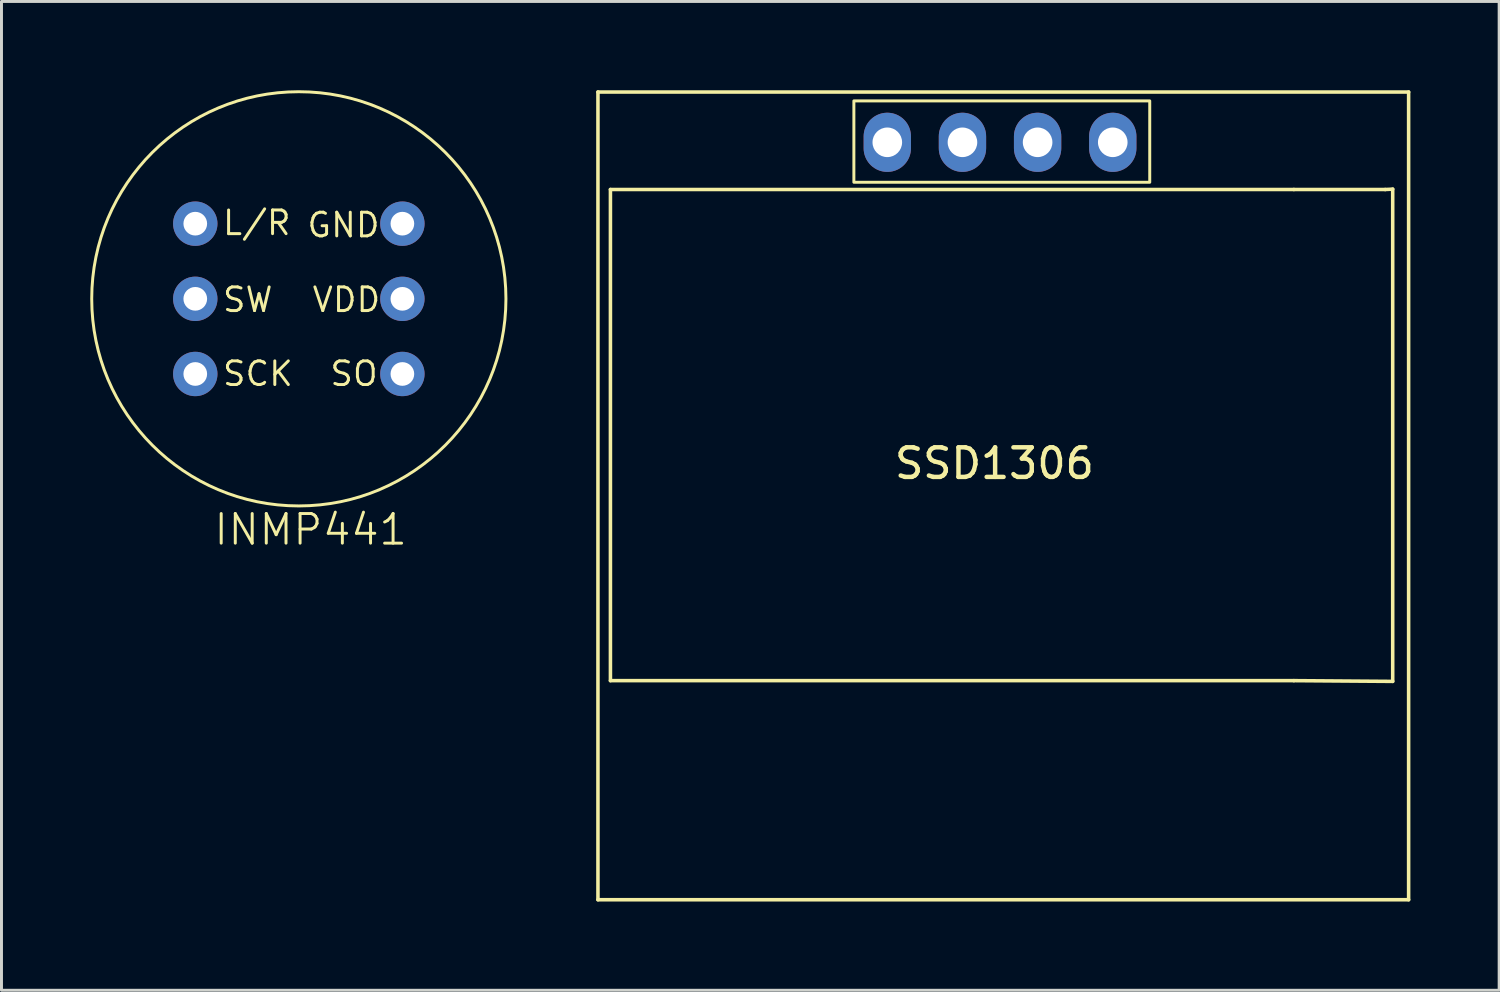
<source format=kicad_pcb>
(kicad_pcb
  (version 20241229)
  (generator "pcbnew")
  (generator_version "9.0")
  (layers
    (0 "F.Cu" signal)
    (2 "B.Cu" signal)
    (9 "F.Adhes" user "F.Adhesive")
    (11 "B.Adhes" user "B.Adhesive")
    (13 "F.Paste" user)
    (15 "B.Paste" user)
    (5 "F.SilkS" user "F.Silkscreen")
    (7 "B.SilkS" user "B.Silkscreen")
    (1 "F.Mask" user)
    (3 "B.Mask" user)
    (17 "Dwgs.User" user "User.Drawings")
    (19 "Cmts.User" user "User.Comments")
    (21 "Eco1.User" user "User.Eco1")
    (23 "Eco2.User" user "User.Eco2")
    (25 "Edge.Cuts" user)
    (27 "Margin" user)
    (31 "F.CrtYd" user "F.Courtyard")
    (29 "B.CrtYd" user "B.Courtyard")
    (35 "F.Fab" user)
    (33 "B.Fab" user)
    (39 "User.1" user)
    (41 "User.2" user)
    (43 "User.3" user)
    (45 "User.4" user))
  (footprint "INMP441"
    (layer "F.Cu")
    (at 7.05 7.05)
    (property "Reference" "INMP441" (at 0.4 7.8 0) (unlocked yes) (layer "F.SilkS") (effects (font (size 1 1) (thickness 0.1))))
    (attr through_hole)
    (fp_circle (center 0 0) (end 7 0) (stroke (width 0.1) (type default)) (fill no) (layer "F.SilkS"))
    (fp_text user "SCK" (at -2.63 3 0) (unlocked yes) (layer "F.SilkS") (effects (font (size 0.8 0.8) (thickness 0.1)) (justify left bottom)))
    (fp_text user "SW" (at -2.63 0.5 0) (unlocked yes) (layer "F.SilkS") (effects (font (size 0.8 0.8) (thickness 0.1)) (justify left bottom)))
    (fp_text user "SO" (at 1 3 0) (unlocked yes) (layer "F.SilkS") (effects (font (size 0.8 0.8) (thickness 0.1)) (justify left bottom)))
    (fp_text user "L/R" (at -2.63 -2.1 0) (unlocked yes) (layer "F.SilkS") (effects (font (size 0.8 0.8) (thickness 0.1)) (justify left bottom)))
    (fp_text user "VDD" (at 0.4 0.5 0) (unlocked yes) (layer "F.SilkS") (effects (font (size 0.8 0.8) (thickness 0.1)) (justify left bottom)))
    (fp_text user "GND" (at 0.225 -2.025 0) (unlocked yes) (layer "F.SilkS") (effects (font (size 0.8 0.8) (thickness 0.1)) (justify left bottom)))
    (pad "1" thru_hole circle (at -3.5 -2.54) (size 1.5 1.5) (drill 0.8) (layers "*.Cu" "*.Mask"))
    (pad "2" thru_hole circle (at 3.5 -2.54) (size 1.5 1.5) (drill 0.8) (layers "*.Cu" "*.Mask"))
    (pad "3" thru_hole circle (at -3.5 0) (size 1.5 1.5) (drill 0.8) (layers "*.Cu" "*.Mask"))
    (pad "4" thru_hole circle (at 3.5 0) (size 1.5 1.5) (drill 0.8) (layers "*.Cu" "*.Mask"))
    (pad "5" thru_hole circle (at -3.5 2.54) (size 1.5 1.5) (drill 0.8) (layers "*.Cu" "*.Mask"))
    (pad "6" thru_hole circle (at 3.5 2.54) (size 1.5 1.5) (drill 0.8) (layers "*.Cu" "*.Mask")))
  (footprint "SSD1306"
    (layer "F.Cu")
    (at 30.56 12.36)
    (property "Reference" "SSD1306" (at 0 0.254 0) (layer "F.SilkS") (effects (font (size 1 1) (thickness 0.15))))
    (attr through_hole)
    (fp_line (start -13.4 -12.3) (end 14 -12.3) (stroke (width 0.12) (type solid)) (layer "F.SilkS"))
    (fp_line (start -13.4 15) (end -13.4 -12.3) (stroke (width 0.12) (type solid)) (layer "F.SilkS"))
    (fp_line (start -12.978 -9.005) (end 10.122 -9.005) (stroke (width 0.12) (type solid)) (layer "F.SilkS"))
    (fp_line (start -12.978 7.595) (end -12.978 -9.005) (stroke (width 0.12) (type solid)) (layer "F.SilkS"))
    (fp_line (start 10.122 -9.005) (end 13.208 -9.005) (stroke (width 0.12) (type solid)) (layer "F.SilkS"))
    (fp_line (start 10.122 7.595) (end -12.978 7.595) (stroke (width 0.12) (type solid)) (layer "F.SilkS"))
    (fp_line (start 10.122 7.595) (end 13.462 7.62) (stroke (width 0.12) (type solid)) (layer "F.SilkS"))
    (fp_line (start 13.462 -9.017) (end 13.208 -9.005) (stroke (width 0.12) (type solid)) (layer "F.SilkS"))
    (fp_line (start 13.462 7.62) (end 13.462 -9.017) (stroke (width 0.12) (type solid)) (layer "F.SilkS"))
    (fp_line (start 14 -12.3) (end 14 15) (stroke (width 0.12) (type solid)) (layer "F.SilkS"))
    (fp_line (start 14 15) (end -13.4 15) (stroke (width 0.12) (type solid)) (layer "F.SilkS"))
    (fp_rect (start -4.75 -12) (end 5.25 -9.25) (stroke (width 0.1) (type default)) (fill no) (layer "F.SilkS"))
    (pad "1" thru_hole oval (at -3.62 -10.6 90) (size 2 1.6) (drill 1) (layers "*.Cu" "*.Mask"))
    (pad "2" thru_hole oval (at -1.08 -10.6 90) (size 2 1.6) (drill 1) (layers "*.Cu" "*.Mask"))
    (pad "3" thru_hole oval (at 1.46 -10.6 90) (size 2 1.6) (drill 1) (layers "*.Cu" "*.Mask"))
    (pad "4" thru_hole oval (at 4 -10.6 90) (size 2 1.6) (drill 1) (layers "*.Cu" "*.Mask")))
  (gr_rect
    (start -3 -3)
    (end 47.62 30.42)
    (stroke (width 0.1) (type default))
    (fill no)
    (layer "Edge.Cuts")))
</source>
